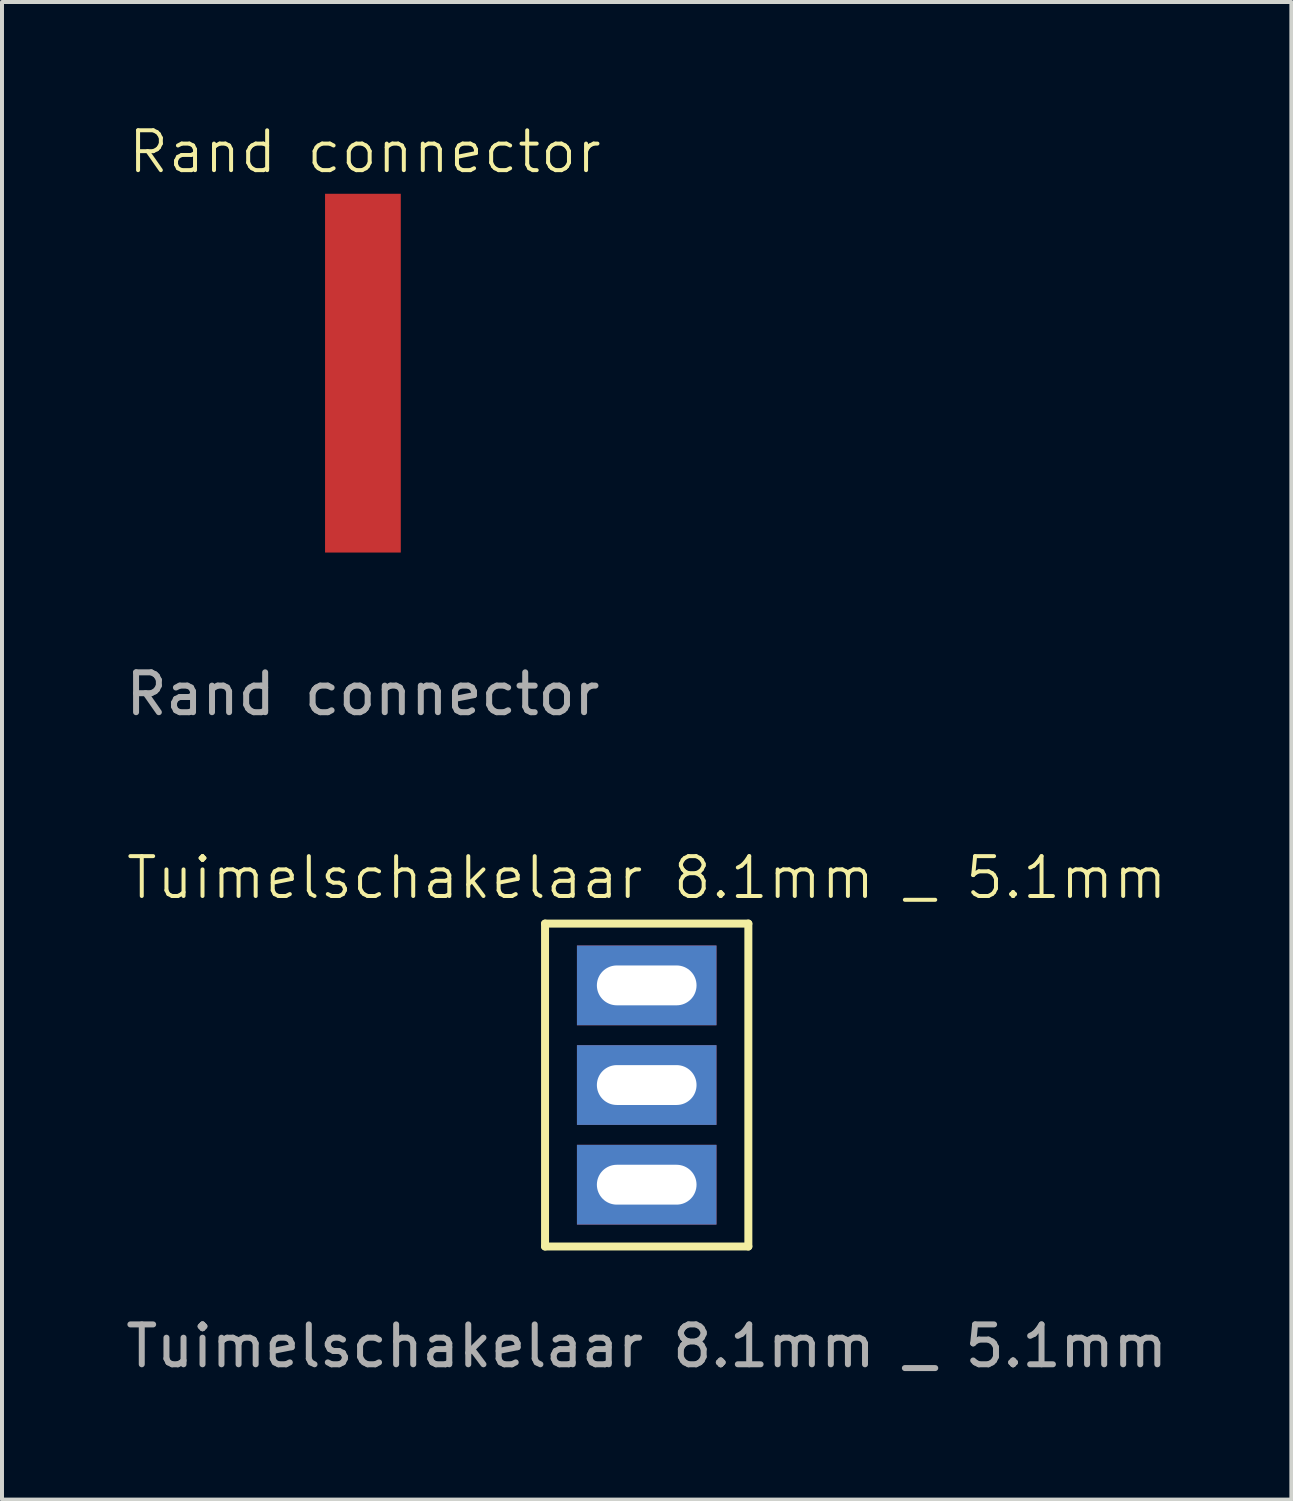
<source format=kicad_pcb>
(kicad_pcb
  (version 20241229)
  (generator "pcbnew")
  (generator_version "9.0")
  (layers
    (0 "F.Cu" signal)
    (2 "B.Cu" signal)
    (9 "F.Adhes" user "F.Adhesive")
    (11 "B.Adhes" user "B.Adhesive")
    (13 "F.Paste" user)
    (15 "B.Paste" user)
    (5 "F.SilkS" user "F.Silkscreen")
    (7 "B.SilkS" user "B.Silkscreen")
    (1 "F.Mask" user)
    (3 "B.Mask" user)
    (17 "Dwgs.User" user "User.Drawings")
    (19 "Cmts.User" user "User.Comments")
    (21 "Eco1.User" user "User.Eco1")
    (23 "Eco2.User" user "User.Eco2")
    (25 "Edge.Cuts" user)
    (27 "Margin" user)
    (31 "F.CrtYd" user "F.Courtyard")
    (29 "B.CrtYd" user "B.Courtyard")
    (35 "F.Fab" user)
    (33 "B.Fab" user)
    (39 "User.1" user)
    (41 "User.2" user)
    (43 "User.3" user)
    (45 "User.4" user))
  (footprint "Rand connector"
    (layer "F.Cu")
    (at 6.054 6.311)
    (property "Reference" "Rand connector" (at 0.05 -5.55 0) (unlocked yes) (layer "F.SilkS") (effects (font (size 1 1) (thickness 0.1))))
    (attr smd)
    (fp_text user "${REFERENCE}" (at 0 8.05 0) (unlocked yes) (layer "F.Fab") (effects (font (size 1 1) (thickness 0.15))))
    (pad "1" connect rect (at 0 0 90) (size 9 1.9) (layers "F.Cu" "F.Mask")))
  (footprint "Tuimelschakelaar 8.1mm _ 5.1mm"
    (layer "F.Cu")
    (at 13.173 24.169)
    (property "Reference" "Tuimelschakelaar 8.1mm _ 5.1mm" (at 0 -5.2 0) (unlocked yes) (layer "F.SilkS") (effects (font (size 1 1) (thickness 0.1))))
    (attr through_hole)
    (fp_line (start -2.55 -4.05) (end 2.55 -4.05) (stroke (width 0.2) (type solid)) (layer "F.SilkS"))
    (fp_line (start -2.55 4.05) (end -2.55 -4.05) (stroke (width 0.2) (type solid)) (layer "F.SilkS"))
    (fp_line (start 2.55 -4.05) (end 2.55 4.05) (stroke (width 0.2) (type solid)) (layer "F.SilkS"))
    (fp_line (start 2.55 4.05) (end -2.55 4.05) (stroke (width 0.2) (type solid)) (layer "F.SilkS"))
    (fp_text user "${REFERENCE}" (at 0 6.55 0) (unlocked yes) (layer "F.Fab") (effects (font (size 1 1) (thickness 0.15))))
    (pad "1" thru_hole rect (at 0 -2.5) (size 3.5 2) (drill oval 2.5 1) (layers "*.Cu" "*.Mask"))
    (pad "2" thru_hole rect (at 0 0) (size 3.5 2) (drill oval 2.5 1) (layers "*.Cu" "*.Mask"))
    (pad "3" thru_hole rect (at 0 2.5) (size 3.5 2) (drill oval 2.5 1) (layers "*.Cu" "*.Mask")))
  (gr_rect
    (start -3 -3)
    (end 29.345 34.568)
    (stroke (width 0.1) (type default))
    (fill no)
    (layer "Edge.Cuts")))
</source>
